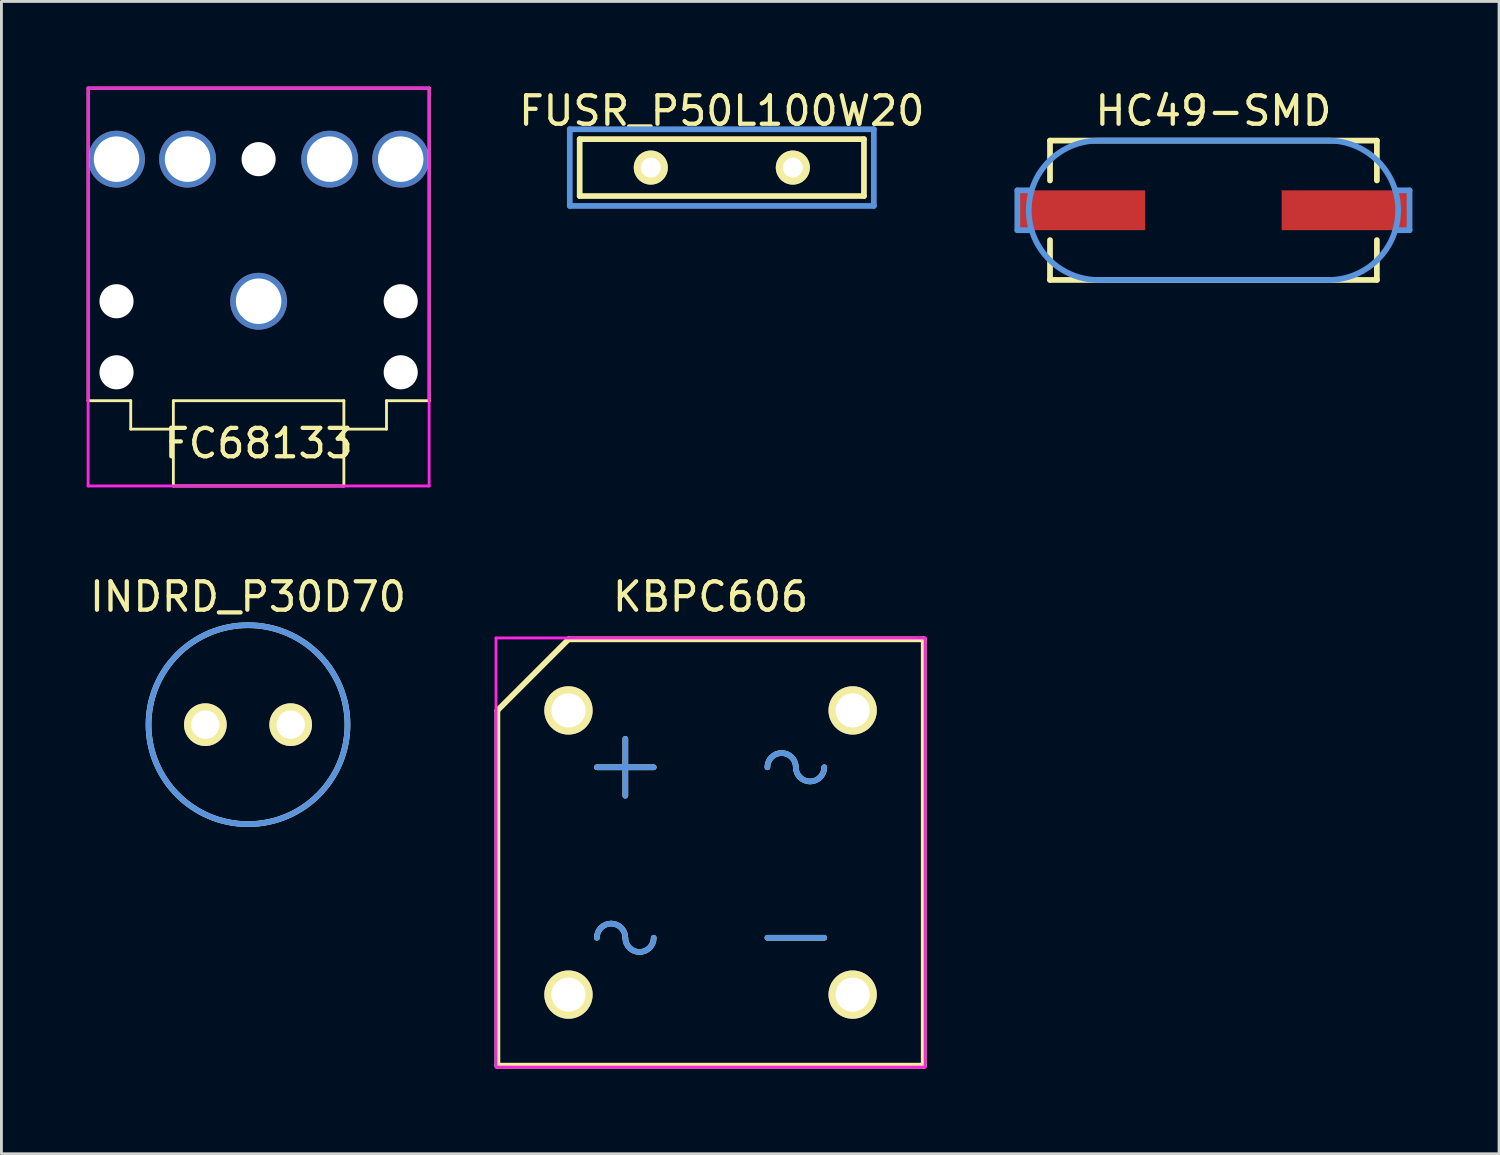
<source format=kicad_pcb>
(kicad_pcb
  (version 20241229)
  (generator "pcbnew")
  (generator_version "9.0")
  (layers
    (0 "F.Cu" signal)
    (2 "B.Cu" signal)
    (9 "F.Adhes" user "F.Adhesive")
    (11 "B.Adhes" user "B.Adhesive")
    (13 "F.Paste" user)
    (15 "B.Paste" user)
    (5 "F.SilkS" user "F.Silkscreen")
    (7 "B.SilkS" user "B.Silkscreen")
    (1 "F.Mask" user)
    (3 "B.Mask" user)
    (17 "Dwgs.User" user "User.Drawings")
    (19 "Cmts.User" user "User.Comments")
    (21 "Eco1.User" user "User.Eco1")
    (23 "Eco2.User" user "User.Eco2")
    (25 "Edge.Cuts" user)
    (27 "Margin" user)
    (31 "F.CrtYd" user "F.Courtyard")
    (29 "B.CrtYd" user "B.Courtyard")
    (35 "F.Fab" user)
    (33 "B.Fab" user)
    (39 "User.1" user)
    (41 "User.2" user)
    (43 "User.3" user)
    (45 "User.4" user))
  (footprint "FC68133"
    (layer "F.Cu")
    (at 6.05 12.05)
    (property "Reference" "FC68133" (at 0 0.5 0) (layer "F.SilkS") (effects (font (size 1 1) (thickness 0.15))))
    (attr through_hole)
    (fp_line (start -6 -12) (end -6 -1) (stroke (width 0.1) (type solid)) (layer "F.SilkS"))
    (fp_line (start -4.5 -1) (end -6 -1) (stroke (width 0.1) (type solid)) (layer "F.SilkS"))
    (fp_line (start -4.5 0) (end -4.5 -1) (stroke (width 0.1) (type solid)) (layer "F.SilkS"))
    (fp_line (start -3 -1) (end -3 2) (stroke (width 0.1) (type solid)) (layer "F.SilkS"))
    (fp_line (start -3 -1) (end 3 -1) (stroke (width 0.1) (type solid)) (layer "F.SilkS"))
    (fp_line (start -3 0) (end -4.5 0) (stroke (width 0.1) (type solid)) (layer "F.SilkS"))
    (fp_line (start -3 2) (end 3 2) (stroke (width 0.1) (type solid)) (layer "F.SilkS"))
    (fp_line (start 3 2) (end 3 -1) (stroke (width 0.1) (type solid)) (layer "F.SilkS"))
    (fp_line (start 4.5 -1) (end 4.5 0) (stroke (width 0.1) (type solid)) (layer "F.SilkS"))
    (fp_line (start 4.5 0) (end 3 0) (stroke (width 0.1) (type solid)) (layer "F.SilkS"))
    (fp_line (start 6 -12) (end -6 -12) (stroke (width 0.1) (type solid)) (layer "F.SilkS"))
    (fp_line (start 6 -1) (end 4.5 -1) (stroke (width 0.1) (type solid)) (layer "F.SilkS"))
    (fp_line (start 6 -1) (end 6 -12) (stroke (width 0.1) (type solid)) (layer "F.SilkS"))
    (fp_line (start -6 -12) (end -6 2) (stroke (width 0.1) (type solid)) (layer "F.CrtYd"))
    (fp_line (start -6 2) (end 6 2) (stroke (width 0.1) (type solid)) (layer "F.CrtYd"))
    (fp_line (start 6 -12) (end -6 -12) (stroke (width 0.1) (type solid)) (layer "F.CrtYd"))
    (fp_line (start 6 2) (end 6 -12) (stroke (width 0.1) (type solid)) (layer "F.CrtYd"))
    (pad "" np_thru_hole circle (at -5 -4.5) (size 1.2 1.2) (drill 1.2) (layers "*.Cu" "*.Mask"))
    (pad "" np_thru_hole circle (at -5 -2) (size 1.2 1.2) (drill 1.2) (layers "*.Cu" "*.Mask"))
    (pad "" np_thru_hole circle (at 0 -9.5) (size 1.2 1.2) (drill 1.2) (layers "*.Cu" "*.Mask"))
    (pad "" np_thru_hole circle (at 5 -4.5) (size 1.2 1.2) (drill 1.2) (layers "*.Cu" "*.Mask"))
    (pad "" np_thru_hole circle (at 5 -2) (size 1.2 1.2) (drill 1.2) (layers "*.Cu" "*.Mask"))
    (pad "1" thru_hole circle (at 0 -4.5) (size 2 2) (drill 1.6) (layers "*.Cu" "*.Mask"))
    (pad "2" thru_hole circle (at 5 -9.5) (size 2 2) (drill 1.6) (layers "*.Cu" "*.Mask"))
    (pad "3" thru_hole circle (at 2.5 -9.5) (size 2 2) (drill 1.6) (layers "*.Cu" "*.Mask"))
    (pad "4" thru_hole circle (at -2.5 -9.5) (size 2 2) (drill 1.6) (layers "*.Cu" "*.Mask"))
    (pad "5" thru_hole circle (at -5 -9.5) (size 2 2) (drill 1.6) (layers "*.Cu" "*.Mask")))
  (footprint "FUSR_P50L100W20"
    (layer "F.Cu")
    (at 22.349 2.847)
    (property "Reference" "FUSR_P50L100W20" (at 0 -1.999 0) (layer "F.SilkS") (effects (font (size 1.001 1.001) (thickness 0.15))))
    (attr through_hole)
    (fp_line (start -5.001 -1.001) (end 5.001 -1.001) (stroke (width 0.201) (type solid)) (layer "F.SilkS"))
    (fp_line (start -5.001 1.001) (end -5.001 -1.001) (stroke (width 0.201) (type solid)) (layer "F.SilkS"))
    (fp_line (start 5.001 -1.001) (end 5.001 1.001) (stroke (width 0.201) (type solid)) (layer "F.SilkS"))
    (fp_line (start 5.001 1.001) (end -5.001 1.001) (stroke (width 0.201) (type solid)) (layer "F.SilkS"))
    (fp_line (start -5.349 -1.349) (end 5.349 -1.349) (stroke (width 0.201) (type solid)) (layer "Cmts.User"))
    (fp_line (start -5.349 1.349) (end -5.349 -1.349) (stroke (width 0.201) (type solid)) (layer "Cmts.User"))
    (fp_line (start 5.349 -1.349) (end 5.349 1.349) (stroke (width 0.201) (type solid)) (layer "Cmts.User"))
    (fp_line (start 5.349 1.349) (end -5.349 1.349) (stroke (width 0.201) (type solid)) (layer "Cmts.User"))
    (pad "1" thru_hole circle (at -2.499 0) (size 1.199 1.199) (drill 0.701) (layers "*.Cu" "*.Mask" "F.SilkS"))
    (pad "2" thru_hole circle (at 2.499 0) (size 1.199 1.199) (drill 0.701) (layers "*.Cu" "*.Mask" "F.SilkS")))
  (footprint "INDRD_P30D70"
    (layer "F.Cu")
    (at 5.677 22.449)
    (property "Reference" "INDRD_P30D70" (at 0 -4.501 0) (layer "F.SilkS") (effects (font (size 1.001 1.001) (thickness 0.15))))
    (attr through_hole)
    (fp_circle (center 0 0) (end 3.5 0) (stroke (width 0.201) (type solid)) (fill no) (layer "F.SilkS"))
    (fp_circle (center 0 0) (end 3.5 0) (stroke (width 0.201) (type solid)) (fill no) (layer "Cmts.User"))
    (fp_circle (center 0 0) (end 3.599 0) (stroke (width 0.201) (type solid)) (fill no) (layer "Eco1.User"))
    (pad "1" thru_hole circle (at -1.501 0) (size 1.501 1.501) (drill 1.001) (layers "*.Cu" "*.Mask" "F.SilkS"))
    (pad "2" thru_hole circle (at 1.501 0) (size 1.501 1.501) (drill 1.001) (layers "*.Cu" "*.Mask" "F.SilkS")))
  (footprint "HC49-SMD"
    (layer "F.Cu")
    (at 39.648 4.349)
    (property "Reference" "HC49-SMD" (at 0 -3.5 0) (layer "F.SilkS") (effects (font (size 1.001 1.001) (thickness 0.15))))
    (attr through_hole)
    (fp_line (start -5.751 -2.451) (end -5.751 -1.049) (stroke (width 0.201) (type solid)) (layer "F.SilkS"))
    (fp_line (start -5.751 1.049) (end -5.751 2.451) (stroke (width 0.201) (type solid)) (layer "F.SilkS"))
    (fp_line (start -5.751 2.451) (end 5.751 2.451) (stroke (width 0.201) (type solid)) (layer "F.SilkS"))
    (fp_line (start 5.751 -2.451) (end -5.751 -2.451) (stroke (width 0.201) (type solid)) (layer "F.SilkS"))
    (fp_line (start 5.751 -1.049) (end 5.751 -2.451) (stroke (width 0.201) (type solid)) (layer "F.SilkS"))
    (fp_line (start 5.751 2.451) (end 5.751 1.049) (stroke (width 0.201) (type solid)) (layer "F.SilkS"))
    (fp_line (start -6.901 -0.701) (end -6.901 0.701) (stroke (width 0.201) (type solid)) (layer "Cmts.User"))
    (fp_line (start -6.901 0.701) (end -6.401 0.701) (stroke (width 0.201) (type solid)) (layer "Cmts.User"))
    (fp_line (start -6.401 -0.701) (end -6.901 -0.701) (stroke (width 0.201) (type solid)) (layer "Cmts.User"))
    (fp_line (start -4.049 -2.451) (end 4.049 -2.451) (stroke (width 0.201) (type solid)) (layer "Cmts.User"))
    (fp_line (start 4.049 2.451) (end -4.049 2.451) (stroke (width 0.201) (type solid)) (layer "Cmts.User"))
    (fp_line (start 6.401 -0.701) (end 6.901 -0.701) (stroke (width 0.201) (type solid)) (layer "Cmts.User"))
    (fp_line (start 6.901 -0.701) (end 6.901 0.701) (stroke (width 0.201) (type solid)) (layer "Cmts.User"))
    (fp_line (start 6.901 0.701) (end 6.401 0.701) (stroke (width 0.201) (type solid)) (layer "Cmts.User"))
    (fp_arc (start -4.04876 2.4511) (mid -6.49972 0.026161) (end -4.101079 -2.450542) (stroke (width 0.20066) (type solid)) (layer "Cmts.User"))
    (fp_arc (start 4.04876 -2.4511) (mid 6.49986 0) (end 4.04876 2.4511) (stroke (width 0.20066) (type solid)) (layer "Cmts.User"))
    (fp_line (start -7 -2.601) (end 7 -2.601) (stroke (width 0.099) (type solid)) (layer "Eco1.User"))
    (fp_line (start -7 2.601) (end -7 -2.601) (stroke (width 0.099) (type solid)) (layer "Eco1.User"))
    (fp_line (start 7 -2.601) (end 7 2.601) (stroke (width 0.099) (type solid)) (layer "Eco1.User"))
    (fp_line (start 7 2.601) (end -7 2.601) (stroke (width 0.099) (type solid)) (layer "Eco1.User"))
    (pad "1" smd rect (at -4.651 0) (size 4.501 1.4) (layers "F.Cu" "F.Mask" "F.Paste"))
    (pad "2" smd rect (at 4.651 0) (size 4.501 1.4) (layers "F.Cu" "F.Mask" "F.Paste")))
  (footprint "KBPC606"
    (layer "F.Cu")
    (at 21.953 26.948)
    (property "Reference" "KBPC606" (at 0 -9 0) (layer "F.SilkS") (effects (font (size 1 1) (thickness 0.15))))
    (attr through_hole)
    (fp_line (start -7.5 7.5) (end -7.5 -5) (stroke (width 0.2) (type solid)) (layer "F.SilkS"))
    (fp_line (start -5 -7.5) (end -7.5 -5) (stroke (width 0.2) (type solid)) (layer "F.SilkS"))
    (fp_line (start -5 -7.5) (end 7.5 -7.5) (stroke (width 0.2) (type solid)) (layer "F.SilkS"))
    (fp_line (start -4 -3) (end -2 -3) (stroke (width 0.2) (type solid)) (layer "F.SilkS"))
    (fp_line (start -3 -4) (end -3 -2) (stroke (width 0.2) (type solid)) (layer "F.SilkS"))
    (fp_line (start 2 3) (end 4 3) (stroke (width 0.2) (type solid)) (layer "F.SilkS"))
    (fp_line (start 7.5 -7.5) (end 7.5 7.5) (stroke (width 0.2) (type solid)) (layer "F.SilkS"))
    (fp_line (start 7.5 7.5) (end -7.5 7.5) (stroke (width 0.2) (type solid)) (layer "F.SilkS"))
    (fp_arc (start -4 3) (mid -3.5 2.5) (end -3 3) (stroke (width 0.2) (type solid)) (layer "F.SilkS"))
    (fp_arc (start -2 3) (mid -2.5 3.5) (end -3 3) (stroke (width 0.2) (type solid)) (layer "F.SilkS"))
    (fp_arc (start 2 -3) (mid 2.5 -3.5) (end 3 -3) (stroke (width 0.2) (type solid)) (layer "F.SilkS"))
    (fp_arc (start 4 -3) (mid 3.5 -2.5) (end 3 -3) (stroke (width 0.2) (type solid)) (layer "F.SilkS"))
    (fp_line (start -4 -3) (end -2 -3) (stroke (width 0.2) (type solid)) (layer "Cmts.User"))
    (fp_line (start -3 -4) (end -3 -2) (stroke (width 0.2) (type solid)) (layer "Cmts.User"))
    (fp_line (start 2 3) (end 4 3) (stroke (width 0.2) (type solid)) (layer "Cmts.User"))
    (fp_arc (start -4 3) (mid -3.5 2.5) (end -3 3) (stroke (width 0.2) (type solid)) (layer "Cmts.User"))
    (fp_arc (start -2 3) (mid -2.5 3.5) (end -3 3) (stroke (width 0.2) (type solid)) (layer "Cmts.User"))
    (fp_arc (start 2 -3) (mid 2.5 -3.5) (end 3 -3) (stroke (width 0.2) (type solid)) (layer "Cmts.User"))
    (fp_arc (start 4 -3) (mid 3.5 -2.5) (end 3 -3) (stroke (width 0.2) (type solid)) (layer "Cmts.User"))
    (fp_line (start -7.55 -7.55) (end -7.55 7.55) (stroke (width 0.1) (type solid)) (layer "F.CrtYd"))
    (fp_line (start -7.55 -7.55) (end 7.55 -7.55) (stroke (width 0.1) (type solid)) (layer "F.CrtYd"))
    (fp_line (start -7.55 7.55) (end 7.55 7.55) (stroke (width 0.1) (type solid)) (layer "F.CrtYd"))
    (fp_line (start 7.55 7.55) (end 7.55 -7.55) (stroke (width 0.1) (type solid)) (layer "F.CrtYd"))
    (pad "1" thru_hole circle (at -5 -5) (size 1.7 1.7) (drill 1.2) (layers "*.Cu" "*.Mask" "F.SilkS"))
    (pad "2" thru_hole circle (at -5 5) (size 1.7 1.7) (drill 1.2) (layers "*.Cu" "*.Mask" "F.SilkS"))
    (pad "3" thru_hole circle (at 5 5) (size 1.7 1.7) (drill 1.2) (layers "*.Cu" "*.Mask" "F.SilkS"))
    (pad "4" thru_hole circle (at 5 -5) (size 1.7 1.7) (drill 1.2) (layers "*.Cu" "*.Mask" "F.SilkS")))
  (gr_rect
    (start -3 -3)
    (end 49.698 37.548)
    (stroke (width 0.1) (type default))
    (fill no)
    (layer "Edge.Cuts")))
</source>
